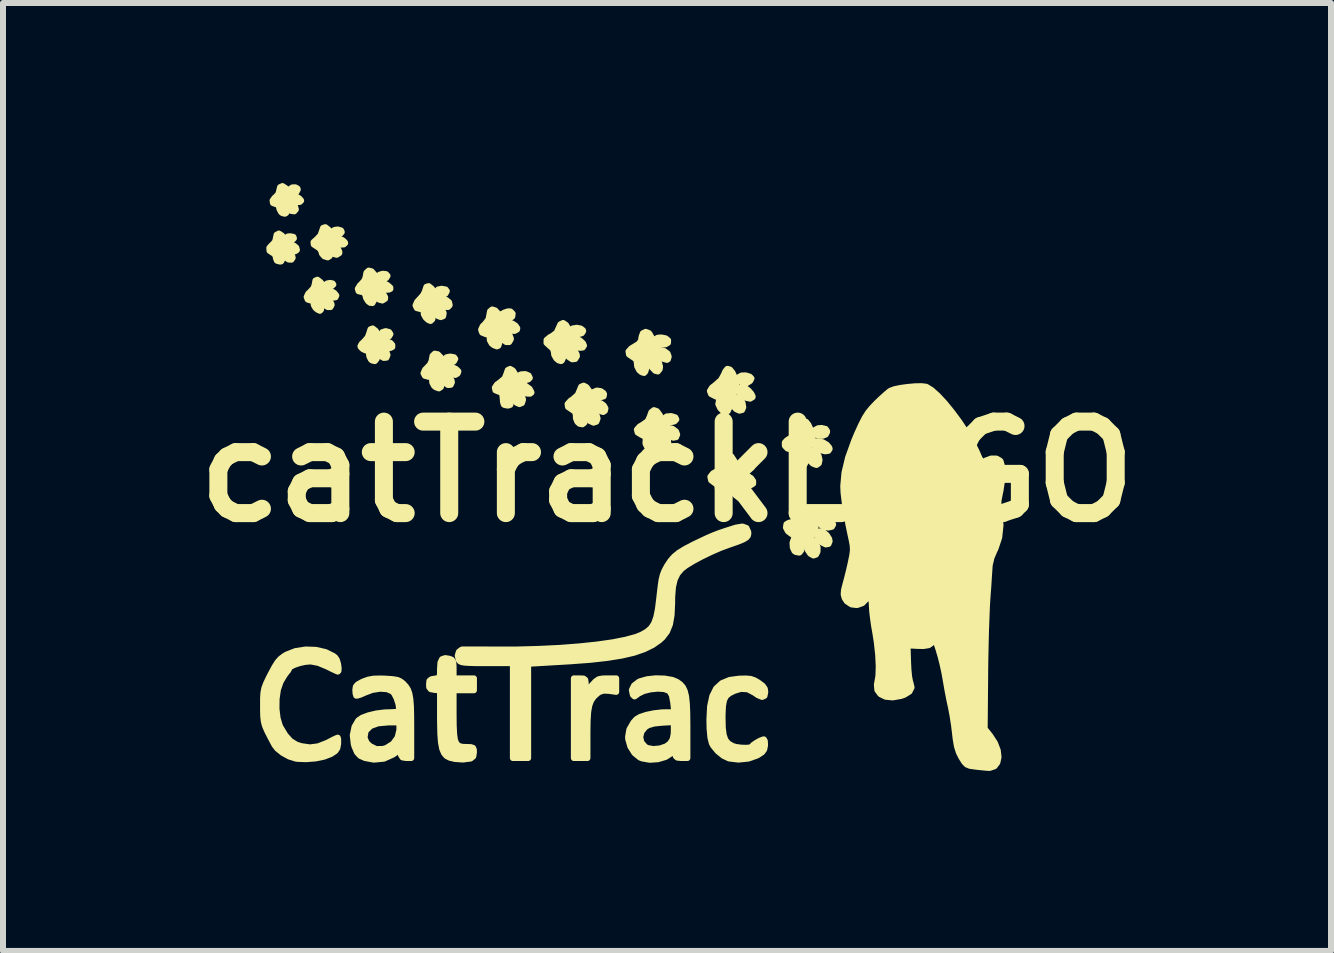
<source format=kicad_pcb>
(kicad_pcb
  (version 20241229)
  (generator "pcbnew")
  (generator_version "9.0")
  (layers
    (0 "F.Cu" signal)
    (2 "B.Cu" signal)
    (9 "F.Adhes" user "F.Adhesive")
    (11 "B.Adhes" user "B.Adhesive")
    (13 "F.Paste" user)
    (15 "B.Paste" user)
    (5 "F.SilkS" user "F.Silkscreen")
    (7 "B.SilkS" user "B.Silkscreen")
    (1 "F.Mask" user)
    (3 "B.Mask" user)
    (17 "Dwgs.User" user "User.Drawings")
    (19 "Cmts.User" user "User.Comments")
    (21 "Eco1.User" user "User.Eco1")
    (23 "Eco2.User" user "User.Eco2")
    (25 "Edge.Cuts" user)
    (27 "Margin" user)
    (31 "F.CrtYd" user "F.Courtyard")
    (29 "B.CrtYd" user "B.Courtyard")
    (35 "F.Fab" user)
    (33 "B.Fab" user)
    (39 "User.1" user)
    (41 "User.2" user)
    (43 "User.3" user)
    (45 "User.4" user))
  (footprint "catTrackLOGO"
    (layer "F.Cu")
    (at 8.063 4.809)
    (property "Reference" "catTrackLOGO" (at 0 0 0) (layer "F.SilkS") (effects (font (size 1.524 1.524) (thickness 0.3))))
    (attr through_hole)
    (fp_poly (pts (xy -6.216 -3.888) (xy -6.251 -3.852) (xy -6.304 -3.843) (xy -6.33 -3.856) (xy -6.349 -3.896) (xy -6.317 -3.919) (xy -6.277 -3.923) (xy -6.224 -3.912) (xy -6.216 -3.888)) (stroke (width 0.1) (type solid)) (fill yes) (layer "F.SilkS"))
    (fp_poly (pts (xy -5.559 -3.119) (xy -5.583 -3.095) (xy -5.633 -3.081) (xy -5.687 -3.083) (xy -5.695 -3.109) (xy -5.664 -3.136) (xy -5.614 -3.146) (xy -5.571 -3.137) (xy -5.559 -3.119)) (stroke (width 0.1) (type solid)) (fill yes) (layer "F.SilkS"))
    (fp_poly (pts (xy -6.237 -3.564) (xy -6.257 -3.533) (xy -6.302 -3.534) (xy -6.344 -3.562) (xy -6.374 -3.612) (xy -6.371 -3.654) (xy -6.342 -3.669) (xy -6.284 -3.645) (xy -6.243 -3.593) (xy -6.237 -3.564)) (stroke (width 0.1) (type solid)) (fill yes) (layer "F.SilkS"))
    (fp_poly (pts (xy -6.152 -4.702) (xy -6.175 -4.658) (xy -6.226 -4.644) (xy -6.264 -4.656) (xy -6.286 -4.693) (xy -6.281 -4.71) (xy -6.242 -4.737) (xy -6.192 -4.738) (xy -6.156 -4.717) (xy -6.152 -4.702)) (stroke (width 0.1) (type solid)) (fill yes) (layer "F.SilkS"))
    (fp_poly (pts (xy -5.419 -3.993) (xy -5.442 -3.964) (xy -5.494 -3.95) (xy -5.548 -3.957) (xy -5.568 -3.969) (xy -5.576 -4.003) (xy -5.54 -4.028) (xy -5.488 -4.036) (xy -5.432 -4.021) (xy -5.419 -3.993)) (stroke (width 0.1) (type solid)) (fill yes) (layer "F.SilkS"))
    (fp_poly (pts (xy -4.657 -3.262) (xy -4.679 -3.227) (xy -4.744 -3.217) (xy -4.807 -3.227) (xy -4.819 -3.253) (xy -4.787 -3.284) (xy -4.734 -3.298) (xy -4.682 -3.292) (xy -4.657 -3.265) (xy -4.657 -3.262)) (stroke (width 0.1) (type solid)) (fill yes) (layer "F.SilkS"))
    (fp_poly (pts (xy -3.669 -3.009) (xy -3.692 -2.965) (xy -3.745 -2.94) (xy -3.801 -2.942) (xy -3.819 -2.954) (xy -3.841 -3) (xy -3.814 -3.036) (xy -3.754 -3.048) (xy -3.688 -3.036) (xy -3.669 -3.009)) (stroke (width 0.1) (type solid)) (fill yes) (layer "F.SilkS"))
    (fp_poly (pts (xy -3.528 -1.88) (xy -3.551 -1.837) (xy -3.604 -1.811) (xy -3.66 -1.813) (xy -3.678 -1.825) (xy -3.7 -1.871) (xy -3.673 -1.907) (xy -3.612 -1.919) (xy -3.547 -1.907) (xy -3.528 -1.88)) (stroke (width 0.1) (type solid)) (fill yes) (layer "F.SilkS"))
    (fp_poly (pts (xy -6.184 -4.369) (xy -6.211 -4.338) (xy -6.266 -4.346) (xy -6.272 -4.349) (xy -6.31 -4.389) (xy -6.322 -4.438) (xy -6.308 -4.475) (xy -6.275 -4.482) (xy -6.222 -4.452) (xy -6.198 -4.425) (xy -6.184 -4.369)) (stroke (width 0.1) (type solid)) (fill yes) (layer "F.SilkS"))
    (fp_poly (pts (xy -6.166 -3.696) (xy -6.172 -3.687) (xy -6.202 -3.671) (xy -6.248 -3.686) (xy -6.272 -3.699) (xy -6.316 -3.739) (xy -6.312 -3.771) (xy -6.269 -3.782) (xy -6.216 -3.767) (xy -6.176 -3.733) (xy -6.166 -3.696)) (stroke (width 0.1) (type solid)) (fill yes) (layer "F.SilkS"))
    (fp_poly (pts (xy -5.588 -2.778) (xy -5.607 -2.743) (xy -5.652 -2.743) (xy -5.695 -2.771) (xy -5.726 -2.827) (xy -5.717 -2.878) (xy -5.703 -2.891) (xy -5.665 -2.887) (xy -5.622 -2.85) (xy -5.592 -2.8) (xy -5.588 -2.778)) (stroke (width 0.1) (type solid)) (fill yes) (layer "F.SilkS"))
    (fp_poly (pts (xy -5.51 -2.937) (xy -5.523 -2.906) (xy -5.571 -2.899) (xy -5.609 -2.909) (xy -5.655 -2.942) (xy -5.672 -2.983) (xy -5.658 -3.014) (xy -5.636 -3.02) (xy -5.585 -3.004) (xy -5.544 -2.979) (xy -5.51 -2.937)) (stroke (width 0.1) (type solid)) (fill yes) (layer "F.SilkS"))
    (fp_poly (pts (xy -4.657 -1.944) (xy -4.675 -1.9) (xy -4.72 -1.896) (xy -4.778 -1.932) (xy -4.782 -1.935) (xy -4.822 -1.994) (xy -4.809 -2.036) (xy -4.783 -2.05) (xy -4.725 -2.047) (xy -4.676 -2.005) (xy -4.657 -1.944)) (stroke (width 0.1) (type solid)) (fill yes) (layer "F.SilkS"))
    (fp_poly (pts (xy -4.577 -2.078) (xy -4.614 -2.06) (xy -4.621 -2.06) (xy -4.684 -2.077) (xy -4.707 -2.094) (xy -4.739 -2.142) (xy -4.72 -2.167) (xy -4.664 -2.168) (xy -4.608 -2.148) (xy -4.577 -2.112) (xy -4.577 -2.078)) (stroke (width 0.1) (type solid)) (fill yes) (layer "F.SilkS"))
    (fp_poly (pts (xy -3.721 -2.64) (xy -3.73 -2.591) (xy -3.77 -2.576) (xy -3.824 -2.597) (xy -3.847 -2.619) (xy -3.888 -2.681) (xy -3.886 -2.723) (xy -3.845 -2.737) (xy -3.765 -2.715) (xy -3.724 -2.653) (xy -3.721 -2.64)) (stroke (width 0.1) (type solid)) (fill yes) (layer "F.SilkS"))
    (fp_poly (pts (xy -2.601 -2.22) (xy -2.602 -2.207) (xy -2.63 -2.16) (xy -2.68 -2.16) (xy -2.738 -2.201) (xy -2.781 -2.264) (xy -2.776 -2.313) (xy -2.732 -2.337) (xy -2.675 -2.323) (xy -2.624 -2.277) (xy -2.601 -2.22)) (stroke (width 0.1) (type solid)) (fill yes) (layer "F.SilkS"))
    (fp_poly (pts (xy -2.399 -1.198) (xy -2.417 -1.144) (xy -2.459 -1.127) (xy -2.509 -1.149) (xy -2.545 -1.2) (xy -2.563 -1.267) (xy -2.548 -1.302) (xy -2.5 -1.317) (xy -2.448 -1.293) (xy -2.409 -1.243) (xy -2.399 -1.198)) (stroke (width 0.1) (type solid)) (fill yes) (layer "F.SilkS"))
    (fp_poly (pts (xy -2.286 -1.563) (xy -2.31 -1.538) (xy -2.364 -1.524) (xy -2.425 -1.526) (xy -2.465 -1.543) (xy -2.482 -1.584) (xy -2.444 -1.617) (xy -2.431 -1.622) (xy -2.36 -1.627) (xy -2.305 -1.603) (xy -2.286 -1.563)) (stroke (width 0.1) (type solid)) (fill yes) (layer "F.SilkS"))
    (fp_poly (pts (xy 0.018 -2.19) (xy 0.016 -2.147) (xy -0.027 -2.122) (xy -0.094 -2.118) (xy -0.157 -2.132) (xy -0.188 -2.16) (xy -0.193 -2.209) (xy -0.156 -2.232) (xy -0.098 -2.237) (xy -0.024 -2.223) (xy 0.018 -2.19)) (stroke (width 0.1) (type solid)) (fill yes) (layer "F.SilkS"))
    (fp_poly (pts (xy 1.418 -0.079) (xy 1.405 -0.061) (xy 1.341 -0.031) (xy 1.265 -0.037) (xy 1.215 -0.069) (xy 1.194 -0.121) (xy 1.223 -0.156) (xy 1.296 -0.169) (xy 1.371 -0.156) (xy 1.415 -0.122) (xy 1.418 -0.079)) (stroke (width 0.1) (type solid)) (fill yes) (layer "F.SilkS"))
    (fp_poly (pts (xy -6.096 -4.515) (xy -6.119 -4.494) (xy -6.174 -4.492) (xy -6.23 -4.506) (xy -6.259 -4.537) (xy -6.263 -4.578) (xy -6.239 -4.6) (xy -6.235 -4.6) (xy -6.181 -4.586) (xy -6.127 -4.554) (xy -6.097 -4.52) (xy -6.096 -4.515)) (stroke (width 0.1) (type solid)) (fill yes) (layer "F.SilkS"))
    (fp_poly (pts (xy -5.459 -3.666) (xy -5.46 -3.642) (xy -5.504 -3.614) (xy -5.561 -3.63) (xy -5.588 -3.654) (xy -5.607 -3.705) (xy -5.599 -3.756) (xy -5.568 -3.782) (xy -5.565 -3.782) (xy -5.524 -3.761) (xy -5.483 -3.715) (xy -5.459 -3.666)) (stroke (width 0.1) (type solid)) (fill yes) (layer "F.SilkS"))
    (fp_poly (pts (xy -4.696 -2.907) (xy -4.698 -2.88) (xy -4.743 -2.852) (xy -4.801 -2.868) (xy -4.82 -2.884) (xy -4.849 -2.935) (xy -4.851 -2.987) (xy -4.827 -3.018) (xy -4.816 -3.02) (xy -4.768 -3.001) (xy -4.723 -2.956) (xy -4.696 -2.907)) (stroke (width 0.1) (type solid)) (fill yes) (layer "F.SilkS"))
    (fp_poly (pts (xy -3.621 -2.778) (xy -3.626 -2.767) (xy -3.649 -2.744) (xy -3.686 -2.745) (xy -3.747 -2.767) (xy -3.798 -2.804) (xy -3.807 -2.846) (xy -3.774 -2.874) (xy -3.743 -2.879) (xy -3.678 -2.862) (xy -3.632 -2.824) (xy -3.621 -2.778)) (stroke (width 0.1) (type solid)) (fill yes) (layer "F.SilkS"))
    (fp_poly (pts (xy -3.584 -1.49) (xy -3.603 -1.448) (xy -3.648 -1.444) (xy -3.706 -1.48) (xy -3.709 -1.484) (xy -3.748 -1.541) (xy -3.746 -1.588) (xy -3.707 -1.609) (xy -3.703 -1.609) (xy -3.631 -1.584) (xy -3.589 -1.522) (xy -3.584 -1.49)) (stroke (width 0.1) (type solid)) (fill yes) (layer "F.SilkS"))
    (fp_poly (pts (xy -2.572 -2.634) (xy -2.578 -2.586) (xy -2.613 -2.557) (xy -2.653 -2.543) (xy -2.68 -2.548) (xy -2.723 -2.579) (xy -2.758 -2.609) (xy -2.748 -2.631) (xy -2.712 -2.651) (xy -2.649 -2.672) (xy -2.608 -2.67) (xy -2.572 -2.634)) (stroke (width 0.1) (type solid)) (fill yes) (layer "F.SilkS"))
    (fp_poly (pts (xy -2.495 -2.391) (xy -2.499 -2.368) (xy -2.543 -2.345) (xy -2.611 -2.352) (xy -2.66 -2.373) (xy -2.704 -2.417) (xy -2.702 -2.46) (xy -2.656 -2.483) (xy -2.641 -2.484) (xy -2.577 -2.469) (xy -2.523 -2.433) (xy -2.495 -2.391)) (stroke (width 0.1) (type solid)) (fill yes) (layer "F.SilkS"))
    (fp_poly (pts (xy -1.397 -2.342) (xy -1.42 -2.307) (xy -1.474 -2.292) (xy -1.535 -2.299) (xy -1.579 -2.327) (xy -1.6 -2.364) (xy -1.575 -2.386) (xy -1.572 -2.387) (xy -1.503 -2.398) (xy -1.438 -2.386) (xy -1.4 -2.356) (xy -1.397 -2.342)) (stroke (width 0.1) (type solid)) (fill yes) (layer "F.SilkS"))
    (fp_poly (pts (xy -1.383 -2.102) (xy -1.405 -2.069) (xy -1.459 -2.064) (xy -1.529 -2.089) (xy -1.531 -2.091) (xy -1.573 -2.137) (xy -1.575 -2.189) (xy -1.551 -2.216) (xy -1.506 -2.216) (xy -1.449 -2.186) (xy -1.4 -2.141) (xy -1.383 -2.102)) (stroke (width 0.1) (type solid)) (fill yes) (layer "F.SilkS"))
    (fp_poly (pts (xy -1.049 -1.291) (xy -1.056 -1.255) (xy -1.102 -1.242) (xy -1.125 -1.242) (xy -1.192 -1.251) (xy -1.229 -1.272) (xy -1.23 -1.317) (xy -1.22 -1.331) (xy -1.168 -1.352) (xy -1.105 -1.343) (xy -1.058 -1.31) (xy -1.049 -1.291)) (stroke (width 0.1) (type solid)) (fill yes) (layer "F.SilkS"))
    (fp_poly (pts (xy -0.116 -1.749) (xy -0.122 -1.709) (xy -0.153 -1.67) (xy -0.196 -1.681) (xy -0.253 -1.74) (xy -0.296 -1.813) (xy -0.291 -1.861) (xy -0.236 -1.885) (xy -0.231 -1.886) (xy -0.176 -1.869) (xy -0.133 -1.817) (xy -0.116 -1.749)) (stroke (width 0.1) (type solid)) (fill yes) (layer "F.SilkS"))
    (fp_poly (pts (xy 0.023 -0.448) (xy 0.00023 -0.388) (xy -0.041 -0.381) (xy -0.097 -0.425) (xy -0.111 -0.441) (xy -0.155 -0.515) (xy -0.15 -0.563) (xy -0.096 -0.587) (xy -0.094 -0.587) (xy -0.027 -0.573) (xy 0.016 -0.519) (xy 0.023 -0.448)) (stroke (width 0.1) (type solid)) (fill yes) (layer "F.SilkS"))
    (fp_poly (pts (xy 0.155 -0.871) (xy 0.125 -0.839) (xy 0.066 -0.824) (xy -0.002 -0.827) (xy -0.042 -0.847) (xy -0.043 -0.848) (xy -0.047 -0.891) (xy -0.006 -0.921) (xy 0.067 -0.927) (xy 0.074 -0.926) (xy 0.139 -0.905) (xy 0.155 -0.871)) (stroke (width 0.1) (type solid)) (fill yes) (layer "F.SilkS"))
    (fp_poly (pts (xy 1.27 -1.074) (xy 1.251 -1.028) (xy 1.206 -1.017) (xy 1.151 -1.042) (xy 1.116 -1.079) (xy 1.076 -1.158) (xy 1.08 -1.215) (xy 1.126 -1.241) (xy 1.142 -1.242) (xy 1.212 -1.217) (xy 1.258 -1.149) (xy 1.27 -1.074)) (stroke (width 0.1) (type solid)) (fill yes) (layer "F.SilkS"))
    (fp_poly (pts (xy 2.667 -0.663) (xy 2.644 -0.619) (xy 2.587 -0.597) (xy 2.519 -0.602) (xy 2.486 -0.618) (xy 2.455 -0.659) (xy 2.47 -0.699) (xy 2.519 -0.725) (xy 2.575 -0.729) (xy 2.642 -0.713) (xy 2.666 -0.678) (xy 2.667 -0.663)) (stroke (width 0.1) (type solid)) (fill yes) (layer "F.SilkS"))
    (fp_poly (pts (xy 2.709 1.157) (xy 2.691 1.203) (xy 2.646 1.212) (xy 2.588 1.184) (xy 2.541 1.138) (xy 2.497 1.063) (xy 2.504 1.014) (xy 2.548 0.993) (xy 2.604 1.007) (xy 2.661 1.055) (xy 2.701 1.118) (xy 2.709 1.157)) (stroke (width 0.1) (type solid)) (fill yes) (layer "F.SilkS"))
    (fp_poly (pts (xy 2.768 0.879) (xy 2.747 0.917) (xy 2.687 0.931) (xy 2.616 0.92) (xy 2.574 0.897) (xy 2.538 0.839) (xy 2.549 0.795) (xy 2.597 0.775) (xy 2.673 0.787) (xy 2.683 0.791) (xy 2.746 0.833) (xy 2.768 0.879)) (stroke (width 0.1) (type solid)) (fill yes) (layer "F.SilkS"))
    (fp_poly (pts (xy -4.608 -2.293) (xy -4.63 -2.256) (xy -4.632 -2.255) (xy -4.674 -2.233) (xy -4.685 -2.23) (xy -4.718 -2.244) (xy -4.738 -2.255) (xy -4.762 -2.291) (xy -4.742 -2.326) (xy -4.688 -2.342) (xy -4.685 -2.342) (xy -4.63 -2.327) (xy -4.608 -2.293)) (stroke (width 0.1) (type solid)) (fill yes) (layer "F.SilkS"))
    (fp_poly (pts (xy -2.258 -1.319) (xy -2.28 -1.3) (xy -2.331 -1.302) (xy -2.39 -1.323) (xy -2.412 -1.336) (xy -2.449 -1.388) (xy -2.446 -1.422) (xy -2.424 -1.454) (xy -2.384 -1.446) (xy -2.364 -1.436) (xy -2.289 -1.381) (xy -2.258 -1.323) (xy -2.258 -1.319)) (stroke (width 0.1) (type solid)) (fill yes) (layer "F.SilkS"))
    (fp_poly (pts (xy -1.501 -1.925) (xy -1.53 -1.878) (xy -1.58 -1.873) (xy -1.635 -1.909) (xy -1.652 -1.931) (xy -1.681 -2) (xy -1.679 -2.058) (xy -1.648 -2.087) (xy -1.638 -2.088) (xy -1.589 -2.066) (xy -1.538 -2.014) (xy -1.505 -1.955) (xy -1.501 -1.925)) (stroke (width 0.1) (type solid)) (fill yes) (layer "F.SilkS"))
    (fp_poly (pts (xy -1.157 -0.887) (xy -1.177 -0.833) (xy -1.225 -0.817) (xy -1.283 -0.844) (xy -1.293 -0.852) (xy -1.319 -0.904) (xy -1.326 -0.969) (xy -1.311 -1.02) (xy -1.303 -1.027) (xy -1.259 -1.026) (xy -1.209 -0.989) (xy -1.17 -0.935) (xy -1.157 -0.887)) (stroke (width 0.1) (type solid)) (fill yes) (layer "F.SilkS"))
    (fp_poly (pts (xy 1.407 -1.554) (xy 1.387 -1.515) (xy 1.385 -1.512) (xy 1.321 -1.472) (xy 1.252 -1.479) (xy 1.215 -1.509) (xy 1.194 -1.557) (xy 1.199 -1.579) (xy 1.242 -1.603) (xy 1.31 -1.605) (xy 1.376 -1.585) (xy 1.381 -1.582) (xy 1.407 -1.554)) (stroke (width 0.1) (type solid)) (fill yes) (layer "F.SilkS"))
    (fp_poly (pts (xy 1.435 0.199) (xy 1.396 0.224) (xy 1.375 0.226) (xy 1.304 0.205) (xy 1.257 0.17) (xy 1.225 0.114) (xy 1.224 0.071) (xy 1.242 0.045) (xy 1.278 0.045) (xy 1.333 0.065) (xy 1.4 0.106) (xy 1.435 0.156) (xy 1.435 0.199)) (stroke (width 0.1) (type solid)) (fill yes) (layer "F.SilkS"))
    (fp_poly (pts (xy 2.541 -0.197) (xy 2.53 -0.141) (xy 2.493 -0.113) (xy 2.485 -0.113) (xy 2.429 -0.135) (xy 2.386 -0.176) (xy 2.35 -0.253) (xy 2.35 -0.317) (xy 2.379 -0.355) (xy 2.43 -0.358) (xy 2.485 -0.324) (xy 2.526 -0.264) (xy 2.541 -0.197)) (stroke (width 0.1) (type solid)) (fill yes) (layer "F.SilkS"))
    (fp_poly (pts (xy 2.709 -0.379) (xy 2.687 -0.347) (xy 2.632 -0.34) (xy 2.563 -0.358) (xy 2.518 -0.383) (xy 2.467 -0.435) (xy 2.46 -0.48) (xy 2.496 -0.506) (xy 2.52 -0.508) (xy 2.594 -0.491) (xy 2.662 -0.451) (xy 2.704 -0.401) (xy 2.709 -0.379)) (stroke (width 0.1) (type solid)) (fill yes) (layer "F.SilkS"))
    (fp_poly (pts (xy 1.427 -1.254) (xy 1.425 -1.242) (xy 1.384 -1.217) (xy 1.311 -1.233) (xy 1.279 -1.247) (xy 1.22 -1.292) (xy 1.194 -1.345) (xy 1.204 -1.39) (xy 1.251 -1.411) (xy 1.259 -1.411) (xy 1.306 -1.393) (xy 1.361 -1.35) (xy 1.406 -1.298) (xy 1.427 -1.254)) (stroke (width 0.1) (type solid)) (fill yes) (layer "F.SilkS"))
    (fp_poly (pts (xy 1.291 0.403) (xy 1.262 0.445) (xy 1.211 0.444) (xy 1.147 0.396) (xy 1.131 0.377) (xy 1.087 0.317) (xy 1.076 0.278) (xy 1.092 0.239) (xy 1.099 0.227) (xy 1.141 0.205) (xy 1.197 0.218) (xy 1.252 0.26) (xy 1.286 0.32) (xy 1.286 0.322) (xy 1.291 0.403)) (stroke (width 0.1) (type solid)) (fill yes) (layer "F.SilkS"))
    (fp_poly (pts (xy 2.509 1.263) (xy 2.507 1.333) (xy 2.482 1.381) (xy 2.44 1.396) (xy 2.386 1.366) (xy 2.386 1.366) (xy 2.343 1.302) (xy 2.32 1.226) (xy 2.324 1.164) (xy 2.327 1.159) (xy 2.372 1.131) (xy 2.432 1.139) (xy 2.48 1.178) (xy 2.483 1.183) (xy 2.509 1.263)) (stroke (width 0.1) (type solid)) (fill yes) (layer "F.SilkS"))
    (fp_poly (pts (xy -6.352 -3.755) (xy -6.38 -3.693) (xy -6.411 -3.673) (xy -6.45 -3.648) (xy -6.439 -3.63) (xy -6.412 -3.59) (xy -6.409 -3.54) (xy -6.429 -3.504) (xy -6.444 -3.5) (xy -6.492 -3.512) (xy -6.501 -3.518) (xy -6.517 -3.56) (xy -6.519 -3.586) (xy -6.543 -3.631) (xy -6.576 -3.649) (xy -6.623 -3.681) (xy -6.626 -3.73) (xy -6.584 -3.777) (xy -6.576 -3.782) (xy -6.53 -3.834) (xy -6.519 -3.88) (xy -6.505 -3.948) (xy -6.467 -3.968) (xy -6.415 -3.935) (xy -6.403 -3.92) (xy -6.36 -3.836) (xy -6.352 -3.755)) (stroke (width 0.1) (type solid)) (fill yes) (layer "F.SilkS"))
    (fp_poly (pts (xy -6.3 -4.55) (xy -6.338 -4.489) (xy -6.347 -4.483) (xy -6.383 -4.452) (xy -6.371 -4.421) (xy -6.36 -4.409) (xy -6.33 -4.355) (xy -6.346 -4.31) (xy -6.367 -4.298) (xy -6.408 -4.308) (xy -6.429 -4.323) (xy -6.459 -4.38) (xy -6.463 -4.408) (xy -6.485 -4.451) (xy -6.519 -4.459) (xy -6.565 -4.476) (xy -6.572 -4.517) (xy -6.538 -4.565) (xy -6.519 -4.579) (xy -6.474 -4.631) (xy -6.463 -4.676) (xy -6.447 -4.741) (xy -6.407 -4.759) (xy -6.354 -4.725) (xy -6.345 -4.714) (xy -6.302 -4.631) (xy -6.3 -4.55)) (stroke (width 0.1) (type solid)) (fill yes) (layer "F.SilkS"))
    (fp_poly (pts (xy -5.709 -2.966) (xy -5.755 -2.9) (xy -5.759 -2.897) (xy -5.796 -2.859) (xy -5.788 -2.838) (xy -5.766 -2.802) (xy -5.758 -2.747) (xy -5.765 -2.698) (xy -5.784 -2.681) (xy -5.822 -2.699) (xy -5.856 -2.727) (xy -5.886 -2.778) (xy -5.887 -2.812) (xy -5.895 -2.844) (xy -5.928 -2.85) (xy -5.987 -2.868) (xy -6.004 -2.912) (xy -5.978 -2.968) (xy -5.945 -2.998) (xy -5.888 -3.061) (xy -5.87 -3.119) (xy -5.858 -3.185) (xy -5.825 -3.199) (xy -5.775 -3.161) (xy -5.76 -3.143) (xy -5.71 -3.051) (xy -5.709 -2.966)) (stroke (width 0.1) (type solid)) (fill yes) (layer "F.SilkS"))
    (fp_poly (pts (xy -3.852 -2.826) (xy -3.893 -2.763) (xy -3.912 -2.752) (xy -3.952 -2.725) (xy -3.949 -2.692) (xy -3.93 -2.66) (xy -3.906 -2.597) (xy -3.909 -2.541) (xy -3.939 -2.512) (xy -3.946 -2.512) (xy -3.982 -2.531) (xy -4.021 -2.567) (xy -4.053 -2.624) (xy -4.054 -2.666) (xy -4.057 -2.7) (xy -4.104 -2.709) (xy -4.169 -2.726) (xy -4.19 -2.77) (xy -4.165 -2.83) (xy -4.123 -2.876) (xy -4.065 -2.941) (xy -4.032 -3.007) (xy -4.03 -3.018) (xy -4.009 -3.081) (xy -3.971 -3.092) (xy -3.921 -3.052) (xy -3.895 -3.015) (xy -3.852 -2.914) (xy -3.852 -2.826)) (stroke (width 0.1) (type solid)) (fill yes) (layer "F.SilkS"))
    (fp_poly (pts (xy -1.615 -2.267) (xy -1.617 -2.172) (xy -1.655 -2.111) (xy -1.727 -2.088) (xy -1.727 -2.088) (xy -1.772 -2.075) (xy -1.768 -2.037) (xy -1.747 -2.013) (xy -1.727 -1.964) (xy -1.73 -1.901) (xy -1.752 -1.852) (xy -1.766 -1.843) (xy -1.805 -1.854) (xy -1.846 -1.888) (xy -1.88 -1.948) (xy -1.885 -1.995) (xy -1.901 -2.05) (xy -1.953 -2.095) (xy -2.008 -2.146) (xy -2.007 -2.196) (xy -1.95 -2.243) (xy -1.917 -2.259) (xy -1.84 -2.317) (xy -1.811 -2.381) (xy -1.777 -2.456) (xy -1.731 -2.478) (xy -1.683 -2.446) (xy -1.65 -2.388) (xy -1.615 -2.267)) (stroke (width 0.1) (type solid)) (fill yes) (layer "F.SilkS"))
    (fp_poly (pts (xy -4.777 -2.118) (xy -4.826 -2.062) (xy -4.84 -2.055) (xy -4.886 -2.029) (xy -4.885 -2.007) (xy -4.865 -1.991) (xy -4.834 -1.943) (xy -4.834 -1.886) (xy -4.864 -1.846) (xy -4.869 -1.843) (xy -4.912 -1.852) (xy -4.933 -1.868) (xy -4.96 -1.922) (xy -4.967 -1.972) (xy -4.973 -2.017) (xy -4.985 -2.024) (xy -5.021 -2.02) (xy -5.07 -2.044) (xy -5.104 -2.078) (xy -5.108 -2.092) (xy -5.088 -2.13) (xy -5.039 -2.177) (xy -4.986 -2.24) (xy -4.962 -2.306) (xy -4.941 -2.373) (xy -4.904 -2.387) (xy -4.855 -2.349) (xy -4.827 -2.309) (xy -4.778 -2.201) (xy -4.777 -2.118)) (stroke (width 0.1) (type solid)) (fill yes) (layer "F.SilkS"))
    (fp_poly (pts (xy -2.749 -2.476) (xy -2.758 -2.391) (xy -2.804 -2.336) (xy -2.824 -2.328) (xy -2.864 -2.309) (xy -2.857 -2.282) (xy -2.838 -2.26) (xy -2.805 -2.202) (xy -2.795 -2.141) (xy -2.811 -2.098) (xy -2.834 -2.088) (xy -2.885 -2.107) (xy -2.921 -2.135) (xy -2.953 -2.192) (xy -2.954 -2.232) (xy -2.959 -2.272) (xy -3.008 -2.291) (xy -3.016 -2.291) (xy -3.08 -2.317) (xy -3.098 -2.366) (xy -3.07 -2.427) (xy -3.036 -2.459) (xy -2.975 -2.537) (xy -2.963 -2.597) (xy -2.949 -2.673) (xy -2.913 -2.703) (xy -2.863 -2.688) (xy -2.808 -2.629) (xy -2.78 -2.578) (xy -2.749 -2.476)) (stroke (width 0.1) (type solid)) (fill yes) (layer "F.SilkS"))
    (fp_poly (pts (xy -2.492 -1.483) (xy -2.504 -1.396) (xy -2.546 -1.341) (xy -2.596 -1.326) (xy -2.644 -1.312) (xy -2.648 -1.279) (xy -2.625 -1.256) (xy -2.603 -1.217) (xy -2.596 -1.17) (xy -2.611 -1.114) (xy -2.648 -1.101) (xy -2.702 -1.11) (xy -2.719 -1.119) (xy -2.732 -1.158) (xy -2.738 -1.227) (xy -2.738 -1.23) (xy -2.746 -1.297) (xy -2.777 -1.326) (xy -2.801 -1.332) (xy -2.859 -1.356) (xy -2.869 -1.4) (xy -2.834 -1.453) (xy -2.783 -1.49) (xy -2.706 -1.554) (xy -2.676 -1.628) (xy -2.654 -1.694) (xy -2.615 -1.713) (xy -2.568 -1.687) (xy -2.524 -1.618) (xy -2.513 -1.59) (xy -2.492 -1.483)) (stroke (width 0.1) (type solid)) (fill yes) (layer "F.SilkS"))
    (fp_poly (pts (xy -0.847 3.668) (xy -0.967 3.651) (xy -1.059 3.647) (xy -1.127 3.67) (xy -1.161 3.694) (xy -1.221 3.749) (xy -1.265 3.813) (xy -1.295 3.894) (xy -1.314 4.002) (xy -1.323 4.147) (xy -1.326 4.338) (xy -1.326 4.358) (xy -1.326 4.77) (xy -1.439 4.77) (xy -1.552 4.77) (xy -1.552 4.106) (xy -1.552 3.443) (xy -1.453 3.443) (xy -1.391 3.446) (xy -1.363 3.466) (xy -1.355 3.519) (xy -1.355 3.561) (xy -1.355 3.679) (xy -1.254 3.561) (xy -1.191 3.493) (xy -1.139 3.457) (xy -1.073 3.445) (xy -1 3.443) (xy -0.847 3.443) (xy -0.847 3.555) (xy -0.847 3.668)) (stroke (width 0.1) (type solid)) (fill yes) (layer "F.SilkS"))
    (fp_poly (pts (xy 1.151 -1.425) (xy 1.138 -1.345) (xy 1.103 -1.297) (xy 1.051 -1.266) (xy 0.994 -1.234) (xy 0.981 -1.21) (xy 1.003 -1.184) (xy 1.034 -1.132) (xy 1.036 -1.066) (xy 1.013 -1.012) (xy 0.983 -0.993) (xy 0.934 -1.009) (xy 0.886 -1.059) (xy 0.854 -1.127) (xy 0.864 -1.179) (xy 0.866 -1.181) (xy 0.877 -1.216) (xy 0.847 -1.241) (xy 0.808 -1.256) (xy 0.733 -1.295) (xy 0.714 -1.345) (xy 0.749 -1.402) (xy 0.806 -1.446) (xy 0.898 -1.528) (xy 0.942 -1.607) (xy 0.972 -1.674) (xy 1.004 -1.713) (xy 1.008 -1.714) (xy 1.049 -1.702) (xy 1.092 -1.649) (xy 1.127 -1.57) (xy 1.148 -1.483) (xy 1.151 -1.425)) (stroke (width 0.1) (type solid)) (fill yes) (layer "F.SilkS"))
    (fp_poly (pts (xy 1.181 0.038) (xy 1.156 0.113) (xy 1.141 0.135) (xy 1.073 0.187) (xy 1.008 0.198) (xy 0.919 0.198) (xy 0.983 0.243) (xy 1.031 0.296) (xy 1.039 0.374) (xy 1.039 0.376) (xy 1.015 0.45) (xy 0.971 0.474) (xy 0.916 0.447) (xy 0.888 0.412) (xy 0.859 0.34) (xy 0.86 0.286) (xy 0.859 0.238) (xy 0.813 0.2) (xy 0.799 0.192) (xy 0.734 0.142) (xy 0.722 0.084) (xy 0.764 0.029) (xy 0.81 0.003) (xy 0.883 -0.047) (xy 0.929 -0.13) (xy 0.937 -0.152) (xy 0.978 -0.243) (xy 1.023 -0.277) (xy 1.072 -0.255) (xy 1.123 -0.177) (xy 1.129 -0.164) (xy 1.172 -0.049) (xy 1.181 0.038)) (stroke (width 0.1) (type solid)) (fill yes) (layer "F.SilkS"))
    (fp_poly (pts (xy 2.427 -0.542) (xy 2.403 -0.453) (xy 2.341 -0.389) (xy 2.262 -0.367) (xy 2.2 -0.367) (xy 2.26 -0.285) (xy 2.299 -0.208) (xy 2.302 -0.142) (xy 2.277 -0.099) (xy 2.23 -0.089) (xy 2.168 -0.122) (xy 2.158 -0.132) (xy 2.124 -0.197) (xy 2.126 -0.273) (xy 2.132 -0.337) (xy 2.115 -0.363) (xy 2.076 -0.367) (xy 2.006 -0.386) (xy 1.963 -0.432) (xy 1.962 -0.486) (xy 1.997 -0.524) (xy 2.061 -0.566) (xy 2.076 -0.574) (xy 2.156 -0.629) (xy 2.191 -0.705) (xy 2.221 -0.785) (xy 2.265 -0.832) (xy 2.312 -0.834) (xy 2.316 -0.832) (xy 2.355 -0.784) (xy 2.392 -0.704) (xy 2.419 -0.611) (xy 2.427 -0.542)) (stroke (width 0.1) (type solid)) (fill yes) (layer "F.SilkS"))
    (fp_poly (pts (xy -5.362 -3.809) (xy -5.385 -3.787) (xy -5.437 -3.783) (xy -5.494 -3.795) (xy -5.524 -3.814) (xy -5.561 -3.828) (xy -5.602 -3.8) (xy -5.651 -3.763) (xy -5.679 -3.754) (xy -5.686 -3.737) (xy -5.663 -3.702) (xy -5.623 -3.639) (xy -5.621 -3.591) (xy -5.653 -3.571) (xy -5.709 -3.588) (xy -5.75 -3.634) (xy -5.757 -3.666) (xy -5.781 -3.714) (xy -5.828 -3.748) (xy -5.886 -3.786) (xy -5.89 -3.824) (xy -5.839 -3.87) (xy -5.83 -3.877) (xy -5.773 -3.94) (xy -5.752 -4) (xy -5.731 -4.062) (xy -5.693 -4.074) (xy -5.643 -4.036) (xy -5.603 -3.977) (xy -5.56 -3.916) (xy -5.522 -3.887) (xy -5.512 -3.887) (xy -5.462 -3.884) (xy -5.405 -3.858) (xy -5.367 -3.823) (xy -5.362 -3.809)) (stroke (width 0.1) (type solid)) (fill yes) (layer "F.SilkS"))
    (fp_poly (pts (xy -4.609 -3.046) (xy -4.636 -3.033) (xy -4.696 -3.032) (xy -4.749 -3.053) (xy -4.798 -3.076) (xy -4.838 -3.064) (xy -4.877 -3.031) (xy -4.917 -2.98) (xy -4.912 -2.95) (xy -4.887 -2.908) (xy -4.886 -2.85) (xy -4.908 -2.81) (xy -4.946 -2.814) (xy -4.979 -2.838) (xy -5.016 -2.898) (xy -5.024 -2.937) (xy -5.045 -2.983) (xy -5.078 -2.992) (xy -5.139 -3.007) (xy -5.152 -3.047) (xy -5.118 -3.104) (xy -5.099 -3.122) (xy -5.047 -3.179) (xy -5.023 -3.233) (xy -5.023 -3.237) (xy -5.008 -3.317) (xy -4.97 -3.351) (xy -4.922 -3.339) (xy -4.873 -3.283) (xy -4.851 -3.233) (xy -4.817 -3.165) (xy -4.781 -3.145) (xy -4.768 -3.147) (xy -4.714 -3.141) (xy -4.654 -3.107) (xy -4.61 -3.068) (xy -4.609 -3.046)) (stroke (width 0.1) (type solid)) (fill yes) (layer "F.SilkS"))
    (fp_poly (pts (xy 2.484 0.838) (xy 2.468 0.969) (xy 2.423 1.054) (xy 2.349 1.092) (xy 2.28 1.09) (xy 2.224 1.082) (xy 2.214 1.093) (xy 2.228 1.113) (xy 2.25 1.169) (xy 2.253 1.242) (xy 2.237 1.308) (xy 2.207 1.346) (xy 2.201 1.348) (xy 2.145 1.337) (xy 2.123 1.322) (xy 2.095 1.261) (xy 2.091 1.182) (xy 2.114 1.116) (xy 2.121 1.108) (xy 2.132 1.078) (xy 2.095 1.049) (xy 2.079 1.041) (xy 2.014 0.993) (xy 1.981 0.93) (xy 1.989 0.875) (xy 2.026 0.853) (xy 2.097 0.833) (xy 2.121 0.829) (xy 2.203 0.806) (xy 2.254 0.762) (xy 2.279 0.717) (xy 2.333 0.633) (xy 2.386 0.603) (xy 2.432 0.622) (xy 2.466 0.689) (xy 2.483 0.799) (xy 2.484 0.838)) (stroke (width 0.1) (type solid)) (fill yes) (layer "F.SilkS"))
    (fp_poly (pts (xy -3.476 -1.673) (xy -3.485 -1.641) (xy -3.494 -1.632) (xy -3.528 -1.612) (xy -3.575 -1.623) (xy -3.619 -1.646) (xy -3.679 -1.677) (xy -3.711 -1.678) (xy -3.732 -1.653) (xy -3.774 -1.615) (xy -3.798 -1.609) (xy -3.823 -1.602) (xy -3.814 -1.572) (xy -3.793 -1.538) (xy -3.762 -1.465) (xy -3.767 -1.411) (xy -3.801 -1.388) (xy -3.854 -1.407) (xy -3.881 -1.429) (xy -3.912 -1.487) (xy -3.914 -1.528) (xy -3.916 -1.568) (xy -3.96 -1.58) (xy -3.969 -1.58) (xy -4.035 -1.598) (xy -4.057 -1.641) (xy -4.033 -1.699) (xy -3.998 -1.734) (xy -3.946 -1.791) (xy -3.923 -1.847) (xy -3.922 -1.85) (xy -3.907 -1.932) (xy -3.87 -1.967) (xy -3.819 -1.957) (xy -3.764 -1.901) (xy -3.731 -1.842) (xy -3.689 -1.769) (xy -3.645 -1.743) (xy -3.626 -1.744) (xy -3.56 -1.734) (xy -3.513 -1.71) (xy -3.476 -1.673)) (stroke (width 0.1) (type solid)) (fill yes) (layer "F.SilkS"))
    (fp_poly (pts (xy -1.026 -1.056) (xy -1.035 -1.014) (xy -1.064 -0.995) (xy -1.102 -1.006) (xy -1.162 -1.044) (xy -1.182 -1.06) (xy -1.236 -1.098) (xy -1.267 -1.108) (xy -1.27 -1.102) (xy -1.294 -1.071) (xy -1.351 -1.041) (xy -1.354 -1.04) (xy -1.41 -1.017) (xy -1.42 -0.991) (xy -1.393 -0.943) (xy -1.366 -0.873) (xy -1.375 -0.818) (xy -1.409 -0.79) (xy -1.459 -0.799) (xy -1.494 -0.831) (xy -1.518 -0.89) (xy -1.519 -0.937) (xy -1.528 -0.993) (xy -1.581 -1.033) (xy -1.587 -1.036) (xy -1.65 -1.079) (xy -1.657 -1.128) (xy -1.608 -1.183) (xy -1.571 -1.207) (xy -1.488 -1.281) (xy -1.458 -1.351) (xy -1.431 -1.417) (xy -1.389 -1.434) (xy -1.341 -1.409) (xy -1.295 -1.344) (xy -1.257 -1.245) (xy -1.255 -1.235) (xy -1.225 -1.174) (xy -1.17 -1.157) (xy -1.103 -1.141) (xy -1.052 -1.103) (xy -1.026 -1.056)) (stroke (width 0.1) (type solid)) (fill yes) (layer "F.SilkS"))
    (fp_poly (pts (xy 0.169 -0.62) (xy 0.151 -0.575) (xy 0.103 -0.567) (xy 0.04 -0.595) (xy -0.001 -0.631) (xy -0.047 -0.674) (xy -0.078 -0.678) (xy -0.115 -0.647) (xy -0.117 -0.645) (xy -0.174 -0.605) (xy -0.215 -0.593) (xy -0.245 -0.585) (xy -0.228 -0.553) (xy -0.227 -0.552) (xy -0.206 -0.498) (xy -0.204 -0.429) (xy -0.22 -0.37) (xy -0.242 -0.347) (xy -0.281 -0.358) (xy -0.323 -0.393) (xy -0.36 -0.47) (xy -0.357 -0.515) (xy -0.355 -0.566) (xy -0.391 -0.599) (xy -0.424 -0.613) (xy -0.49 -0.653) (xy -0.502 -0.702) (xy -0.459 -0.752) (xy -0.407 -0.783) (xy -0.324 -0.841) (xy -0.291 -0.909) (xy -0.261 -0.993) (xy -0.218 -1.026) (xy -0.169 -1.009) (xy -0.12 -0.944) (xy -0.081 -0.845) (xy -0.047 -0.766) (xy -0.005 -0.735) (xy 0.006 -0.734) (xy 0.09 -0.716) (xy 0.15 -0.671) (xy 0.169 -0.62)) (stroke (width 0.1) (type solid)) (fill yes) (layer "F.SilkS"))
    (fp_poly (pts (xy 0.028 -1.918) (xy 0.015 -1.873) (xy -0.002 -1.863) (xy -0.065 -1.881) (xy -0.134 -1.923) (xy -0.179 -1.968) (xy -0.203 -1.99) (xy -0.236 -1.972) (xy -0.258 -1.95) (xy -0.313 -1.906) (xy -0.357 -1.891) (xy -0.386 -1.883) (xy -0.369 -1.851) (xy -0.368 -1.85) (xy -0.347 -1.796) (xy -0.345 -1.727) (xy -0.361 -1.668) (xy -0.383 -1.645) (xy -0.423 -1.657) (xy -0.463 -1.69) (xy -0.498 -1.757) (xy -0.503 -1.811) (xy -0.512 -1.868) (xy -0.564 -1.907) (xy -0.572 -1.911) (xy -0.634 -1.954) (xy -0.642 -2.004) (xy -0.594 -2.056) (xy -0.557 -2.078) (xy -0.475 -2.128) (xy -0.435 -2.179) (xy -0.424 -2.248) (xy -0.424 -2.248) (xy -0.403 -2.307) (xy -0.356 -2.33) (xy -0.303 -2.311) (xy -0.289 -2.295) (xy -0.257 -2.235) (xy -0.225 -2.152) (xy -0.22 -2.138) (xy -0.186 -2.061) (xy -0.142 -2.032) (xy -0.135 -2.032) (xy -0.051 -2.014) (xy 0.009 -1.97) (xy 0.028 -1.918)) (stroke (width 0.1) (type solid)) (fill yes) (layer "F.SilkS"))
    (fp_poly (pts (xy -3.217 4.675) (xy -3.228 4.743) (xy -3.268 4.776) (xy -3.281 4.78) (xy -3.4 4.795) (xy -3.532 4.786) (xy -3.62 4.765) (xy -3.675 4.736) (xy -3.716 4.688) (xy -3.746 4.616) (xy -3.766 4.512) (xy -3.777 4.369) (xy -3.781 4.179) (xy -3.782 4.091) (xy -3.782 3.644) (xy -3.873 3.635) (xy -3.937 3.623) (xy -3.962 3.59) (xy -3.965 3.542) (xy -3.958 3.483) (xy -3.925 3.457) (xy -3.873 3.448) (xy -3.821 3.441) (xy -3.794 3.421) (xy -3.783 3.376) (xy -3.782 3.288) (xy -3.782 3.285) (xy -3.775 3.18) (xy -3.748 3.123) (xy -3.696 3.105) (xy -3.626 3.116) (xy -3.586 3.132) (xy -3.565 3.162) (xy -3.557 3.223) (xy -3.556 3.288) (xy -3.556 3.443) (xy -3.387 3.443) (xy -3.217 3.443) (xy -3.217 3.542) (xy -3.217 3.641) (xy -3.387 3.641) (xy -3.556 3.641) (xy -3.556 4.043) (xy -3.554 4.231) (xy -3.547 4.37) (xy -3.534 4.468) (xy -3.509 4.531) (xy -3.472 4.566) (xy -3.419 4.583) (xy -3.35 4.586) (xy -3.27 4.588) (xy -3.231 4.601) (xy -3.218 4.635) (xy -3.217 4.675)) (stroke (width 0.1) (type solid)) (fill yes) (layer "F.SilkS"))
    (fp_poly (pts (xy 1.637 3.669) (xy 1.624 3.734) (xy 1.584 3.752) (xy 1.514 3.723) (xy 1.456 3.683) (xy 1.346 3.625) (xy 1.23 3.618) (xy 1.121 3.651) (xy 1.04 3.691) (xy 0.985 3.737) (xy 0.951 3.801) (xy 0.933 3.895) (xy 0.926 4.028) (xy 0.925 4.1) (xy 0.929 4.265) (xy 0.944 4.385) (xy 0.972 4.468) (xy 1.018 4.525) (xy 1.086 4.566) (xy 1.088 4.568) (xy 1.15 4.586) (xy 1.232 4.597) (xy 1.315 4.6) (xy 1.38 4.595) (xy 1.411 4.581) (xy 1.411 4.579) (xy 1.434 4.553) (xy 1.487 4.516) (xy 1.55 4.481) (xy 1.602 4.461) (xy 1.613 4.459) (xy 1.629 4.484) (xy 1.633 4.545) (xy 1.632 4.561) (xy 1.619 4.627) (xy 1.586 4.673) (xy 1.519 4.718) (xy 1.496 4.73) (xy 1.353 4.78) (xy 1.189 4.796) (xy 1.031 4.777) (xy 0.939 4.733) (xy 0.845 4.657) (xy 0.77 4.566) (xy 0.746 4.522) (xy 0.722 4.425) (xy 0.709 4.277) (xy 0.706 4.131) (xy 0.717 3.911) (xy 0.754 3.739) (xy 0.818 3.611) (xy 0.914 3.523) (xy 1.044 3.469) (xy 1.201 3.448) (xy 1.314 3.445) (xy 1.392 3.452) (xy 1.456 3.474) (xy 1.52 3.511) (xy 1.594 3.566) (xy 1.629 3.616) (xy 1.637 3.669)) (stroke (width 0.1) (type solid)) (fill yes) (layer "F.SilkS"))
    (fp_poly (pts (xy 0.339 4.77) (xy 0.24 4.77) (xy 0.173 4.764) (xy 0.146 4.741) (xy 0.141 4.695) (xy 0.141 4.621) (xy 0.113 4.649) (xy 0.113 4.313) (xy 0.113 4.171) (xy -0.084 4.182) (xy -0.219 4.196) (xy -0.313 4.224) (xy -0.359 4.251) (xy -0.424 4.329) (xy -0.447 4.42) (xy -0.427 4.51) (xy -0.366 4.581) (xy -0.33 4.602) (xy -0.23 4.621) (xy -0.115 4.61) (xy -0.011 4.574) (xy 0.049 4.528) (xy 0.093 4.459) (xy 0.111 4.369) (xy 0.113 4.313) (xy 0.113 4.649) (xy 0.07 4.692) (xy -0.026 4.753) (xy -0.152 4.79) (xy -0.288 4.799) (xy -0.413 4.777) (xy -0.451 4.762) (xy -0.543 4.687) (xy -0.612 4.577) (xy -0.647 4.453) (xy -0.649 4.419) (xy -0.628 4.295) (xy -0.561 4.179) (xy -0.509 4.121) (xy -0.445 4.084) (xy -0.342 4.05) (xy -0.215 4.024) (xy -0.082 4.009) (xy -0.022 4.008) (xy 0.121 4.008) (xy 0.104 3.85) (xy 0.081 3.726) (xy 0.042 3.657) (xy 0.037 3.653) (xy -0.042 3.622) (xy -0.152 3.614) (xy -0.276 3.626) (xy -0.392 3.655) (xy -0.484 3.701) (xy -0.505 3.719) (xy -0.541 3.744) (xy -0.566 3.721) (xy -0.57 3.715) (xy -0.586 3.637) (xy -0.55 3.562) (xy -0.469 3.5) (xy -0.45 3.491) (xy -0.33 3.457) (xy -0.188 3.442) (xy -0.043 3.446) (xy 0.086 3.468) (xy 0.164 3.5) (xy 0.221 3.541) (xy 0.264 3.589) (xy 0.295 3.653) (xy 0.317 3.741) (xy 0.33 3.86) (xy 0.337 4.019) (xy 0.339 4.225) (xy 0.339 4.261) (xy 0.339 4.77)) (stroke (width 0.1) (type solid)) (fill yes) (layer "F.SilkS"))
    (fp_poly (pts (xy -4.262 4.77) (xy -4.344 4.77) (xy -4.406 4.76) (xy -4.432 4.721) (xy -4.436 4.7) (xy -4.445 4.63) (xy -4.459 4.64) (xy -4.459 4.297) (xy -4.459 4.177) (xy -4.644 4.177) (xy -4.815 4.192) (xy -4.938 4.236) (xy -5.013 4.31) (xy -5.025 4.337) (xy -5.04 4.433) (xy -5.004 4.517) (xy -4.948 4.571) (xy -4.846 4.621) (xy -4.732 4.619) (xy -4.675 4.602) (xy -4.564 4.532) (xy -4.489 4.429) (xy -4.459 4.305) (xy -4.459 4.297) (xy -4.459 4.64) (xy -4.569 4.714) (xy -4.718 4.781) (xy -4.884 4.797) (xy -5.03 4.77) (xy -5.111 4.734) (xy -5.165 4.676) (xy -5.206 4.581) (xy -5.219 4.539) (xy -5.236 4.391) (xy -5.207 4.251) (xy -5.144 4.143) (xy -5.078 4.098) (xy -4.971 4.058) (xy -4.84 4.027) (xy -4.7 4.01) (xy -4.631 4.008) (xy -4.525 4.003) (xy -4.47 3.988) (xy -4.46 3.972) (xy -4.474 3.872) (xy -4.507 3.77) (xy -4.55 3.689) (xy -4.574 3.662) (xy -4.662 3.623) (xy -4.78 3.615) (xy -4.913 3.636) (xy -5.03 3.68) (xy -5.107 3.714) (xy -5.162 3.731) (xy -5.178 3.731) (xy -5.189 3.695) (xy -5.193 3.634) (xy -5.185 3.581) (xy -5.153 3.543) (xy -5.084 3.505) (xy -5.063 3.495) (xy -4.978 3.464) (xy -4.89 3.448) (xy -4.777 3.445) (xy -4.702 3.447) (xy -4.582 3.455) (xy -4.502 3.467) (xy -4.447 3.489) (xy -4.401 3.523) (xy -4.396 3.528) (xy -4.351 3.576) (xy -4.317 3.629) (xy -4.293 3.695) (xy -4.277 3.784) (xy -4.267 3.903) (xy -4.263 4.062) (xy -4.262 4.263) (xy -4.262 4.77)) (stroke (width 0.1) (type solid)) (fill yes) (layer "F.SilkS"))
    (fp_poly (pts (xy -5.471 3.27) (xy -5.474 3.318) (xy -5.485 3.33) (xy -5.514 3.318) (xy -5.578 3.288) (xy -5.662 3.246) (xy -5.809 3.185) (xy -5.937 3.161) (xy -5.947 3.161) (xy -6.033 3.169) (xy -6.126 3.19) (xy -6.212 3.219) (xy -6.273 3.25) (xy -6.294 3.275) (xy -6.311 3.312) (xy -6.333 3.337) (xy -6.369 3.385) (xy -6.415 3.46) (xy -6.438 3.501) (xy -6.482 3.627) (xy -6.505 3.784) (xy -6.507 3.951) (xy -6.488 4.109) (xy -6.449 4.238) (xy -6.442 4.251) (xy -6.358 4.391) (xy -6.272 4.487) (xy -6.176 4.546) (xy -6.095 4.572) (xy -5.948 4.593) (xy -5.811 4.575) (xy -5.663 4.517) (xy -5.632 4.501) (xy -5.555 4.461) (xy -5.501 4.436) (xy -5.486 4.431) (xy -5.479 4.456) (xy -5.479 4.517) (xy -5.48 4.536) (xy -5.493 4.606) (xy -5.527 4.655) (xy -5.597 4.701) (xy -5.608 4.707) (xy -5.717 4.748) (xy -5.859 4.777) (xy -6.013 4.789) (xy -6.156 4.784) (xy -6.188 4.779) (xy -6.295 4.745) (xy -6.404 4.685) (xy -6.494 4.612) (xy -6.539 4.554) (xy -6.613 4.415) (xy -6.665 4.312) (xy -6.699 4.231) (xy -6.718 4.159) (xy -6.727 4.082) (xy -6.73 3.986) (xy -6.73 3.906) (xy -6.73 3.775) (xy -6.724 3.681) (xy -6.709 3.605) (xy -6.68 3.528) (xy -6.633 3.429) (xy -6.604 3.373) (xy -6.54 3.253) (xy -6.489 3.172) (xy -6.439 3.116) (xy -6.38 3.071) (xy -6.336 3.045) (xy -6.189 2.988) (xy -6.022 2.962) (xy -5.851 2.968) (xy -5.692 3.004) (xy -5.56 3.069) (xy -5.526 3.096) (xy -5.5 3.138) (xy -5.481 3.203) (xy -5.471 3.27)) (stroke (width 0.1) (type solid)) (fill yes) (layer "F.SilkS"))
    (fp_poly (pts (xy 1.355 1.029) (xy 1.348 1.066) (xy 1.321 1.098) (xy 1.267 1.13) (xy 1.176 1.167) (xy 1.039 1.215) (xy 1.035 1.216) (xy 0.889 1.27) (xy 0.731 1.339) (xy 0.574 1.415) (xy 0.431 1.492) (xy 0.315 1.563) (xy 0.243 1.618) (xy 0.175 1.698) (xy 0.128 1.796) (xy 0.099 1.921) (xy 0.086 2.085) (xy 0.085 2.189) (xy 0.076 2.388) (xy 0.049 2.542) (xy -0.000376 2.664) (xy -0.076 2.763) (xy -0.128 2.81) (xy -0.243 2.89) (xy -0.383 2.958) (xy -0.551 3.016) (xy -0.753 3.063) (xy -0.995 3.102) (xy -1.281 3.134) (xy -1.617 3.159) (xy -1.7 3.164) (xy -2.314 3.2) (xy -2.314 3.985) (xy -2.314 4.77) (xy -2.441 4.77) (xy -2.568 4.77) (xy -2.568 3.979) (xy -2.568 3.189) (xy -3.005 3.189) (xy -3.172 3.189) (xy -3.292 3.186) (xy -3.372 3.181) (xy -3.423 3.172) (xy -3.451 3.159) (xy -3.468 3.14) (xy -3.469 3.137) (xy -3.487 3.064) (xy -3.468 3) (xy -3.421 2.964) (xy -3.405 2.961) (xy -3.357 2.961) (xy -3.264 2.961) (xy -3.136 2.961) (xy -2.984 2.962) (xy -2.876 2.963) (xy -2.497 2.962) (xy -2.131 2.952) (xy -1.783 2.935) (xy -1.459 2.91) (xy -1.164 2.879) (xy -0.905 2.842) (xy -0.687 2.799) (xy -0.515 2.752) (xy -0.423 2.715) (xy -0.334 2.664) (xy -0.267 2.606) (xy -0.217 2.53) (xy -0.18 2.428) (xy -0.152 2.29) (xy -0.129 2.106) (xy -0.125 2.068) (xy -0.107 1.915) (xy -0.091 1.803) (xy -0.071 1.72) (xy -0.044 1.651) (xy -0.007 1.582) (xy 0.004 1.563) (xy 0.059 1.481) (xy 0.12 1.412) (xy 0.196 1.35) (xy 0.298 1.287) (xy 0.435 1.215) (xy 0.55 1.16) (xy 0.673 1.102) (xy 0.773 1.059) (xy 0.869 1.022) (xy 0.981 0.984) (xy 1.126 0.938) (xy 1.149 0.931) (xy 1.255 0.913) (xy 1.323 0.937) (xy 1.353 1.003) (xy 1.355 1.029)) (stroke (width 0.1) (type solid)) (fill yes) (layer "F.SilkS"))
    (fp_poly (pts (xy 5.586 0.024) (xy 5.578 0.165) (xy 5.556 0.313) (xy 5.546 0.36) (xy 5.522 0.483) (xy 5.52 0.584) (xy 5.535 0.683) (xy 5.556 0.89) (xy 5.534 1.096) (xy 5.472 1.282) (xy 5.458 1.308) (xy 5.406 1.43) (xy 5.377 1.55) (xy 5.374 1.58) (xy 5.369 1.655) (xy 5.361 1.772) (xy 5.352 1.916) (xy 5.34 2.073) (xy 5.337 2.117) (xy 5.329 2.253) (xy 5.322 2.434) (xy 5.314 2.648) (xy 5.308 2.883) (xy 5.303 3.129) (xy 5.3 3.372) (xy 5.3 3.405) (xy 5.292 4.283) (xy 5.386 4.401) (xy 5.464 4.522) (xy 5.51 4.642) (xy 5.523 4.753) (xy 5.504 4.844) (xy 5.455 4.908) (xy 5.375 4.935) (xy 5.343 4.934) (xy 5.287 4.929) (xy 5.198 4.92) (xy 5.138 4.913) (xy 5.052 4.901) (xy 5.052 0.974) (xy 5.052 0.889) (xy 5.038 0.875) (xy 5.024 0.889) (xy 5.038 0.903) (xy 5.052 0.889) (xy 5.052 0.974) (xy 5.038 0.96) (xy 5.024 0.974) (xy 5.038 0.988) (xy 5.052 0.974) (xy 5.052 4.901) (xy 5.049 4.901) (xy 4.993 4.878) (xy 4.95 4.833) (xy 4.933 4.805) (xy 4.933 0.888) (xy 4.929 0.884) (xy 4.913 0.888) (xy 4.911 0.903) (xy 4.921 0.926) (xy 4.929 0.922) (xy 4.933 0.888) (xy 4.933 4.805) (xy 4.904 4.759) (xy 4.86 4.671) (xy 4.83 4.575) (xy 4.809 4.453) (xy 4.799 4.364) (xy 4.781 4.218) (xy 4.757 4.064) (xy 4.732 3.931) (xy 4.727 3.909) (xy 4.7 3.783) (xy 4.671 3.631) (xy 4.645 3.482) (xy 4.641 3.457) (xy 4.619 3.337) (xy 4.591 3.209) (xy 4.559 3.082) (xy 4.525 2.966) (xy 4.494 2.87) (xy 4.467 2.802) (xy 4.455 2.785) (xy 4.455 0.914) (xy 4.45 0.898) (xy 4.438 0.887) (xy 4.433 0.915) (xy 4.438 0.951) (xy 4.448 0.952) (xy 4.455 0.914) (xy 4.455 2.785) (xy 4.447 2.773) (xy 4.438 2.785) (xy 4.413 2.851) (xy 4.361 2.889) (xy 4.346 2.892) (xy 4.346 0.974) (xy 4.346 0.889) (xy 4.332 0.875) (xy 4.318 0.889) (xy 4.332 0.903) (xy 4.346 0.889) (xy 4.346 0.974) (xy 4.332 0.96) (xy 4.318 0.974) (xy 4.332 0.988) (xy 4.346 0.974) (xy 4.346 2.892) (xy 4.271 2.904) (xy 4.178 2.902) (xy 4.007 2.893) (xy 4.016 3.175) (xy 4.022 3.301) (xy 4.033 3.411) (xy 4.047 3.489) (xy 4.055 3.514) (xy 4.074 3.594) (xy 4.039 3.663) (xy 3.951 3.717) (xy 3.897 3.736) (xy 3.76 3.76) (xy 3.643 3.749) (xy 3.555 3.706) (xy 3.504 3.637) (xy 3.496 3.545) (xy 3.502 3.518) (xy 3.522 3.401) (xy 3.527 3.241) (xy 3.518 3.053) (xy 3.496 2.848) (xy 3.472 2.693) (xy 3.448 2.555) (xy 3.43 2.425) (xy 3.418 2.321) (xy 3.415 2.272) (xy 3.41 2.181) (xy 3.399 2.103) (xy 3.397 2.094) (xy 3.383 2.054) (xy 3.368 2.054) (xy 3.337 2.098) (xy 3.327 2.114) (xy 3.255 2.19) (xy 3.165 2.222) (xy 3.073 2.211) (xy 2.995 2.159) (xy 2.959 2.104) (xy 2.943 2.044) (xy 2.949 1.969) (xy 2.97 1.885) (xy 2.998 1.781) (xy 3.031 1.65) (xy 3.061 1.518) (xy 3.062 1.512) (xy 3.086 1.395) (xy 3.097 1.309) (xy 3.094 1.232) (xy 3.077 1.14) (xy 3.066 1.089) (xy 3.024 0.891) (xy 2.988 0.692) (xy 2.96 0.508) (xy 2.941 0.351) (xy 2.936 0.24) (xy 2.956 0.017) (xy 3.016 -0.234) (xy 3.118 -0.517) (xy 3.167 -0.634) (xy 3.236 -0.785) (xy 3.294 -0.898) (xy 3.349 -0.985) (xy 3.412 -1.062) (xy 3.485 -1.139) (xy 3.572 -1.222) (xy 3.652 -1.294) (xy 3.709 -1.341) (xy 3.719 -1.348) (xy 3.783 -1.373) (xy 3.885 -1.395) (xy 4.007 -1.412) (xy 4.132 -1.423) (xy 4.24 -1.425) (xy 4.316 -1.416) (xy 4.324 -1.413) (xy 4.408 -1.361) (xy 4.512 -1.268) (xy 4.628 -1.143) (xy 4.749 -0.994) (xy 4.87 -0.831) (xy 4.982 -0.661) (xy 5.08 -0.495) (xy 5.156 -0.34) (xy 5.161 -0.329) (xy 5.202 -0.234) (xy 5.23 -0.183) (xy 5.255 -0.166) (xy 5.286 -0.174) (xy 5.307 -0.185) (xy 5.402 -0.22) (xy 5.489 -0.219) (xy 5.549 -0.185) (xy 5.559 -0.171) (xy 5.58 -0.093) (xy 5.586 0.024)) (stroke (width 0.1) (type solid)) (fill yes) (layer "F.SilkS")))
  (gr_rect
    (start -3 -3)
    (end 19.125 12.793)
    (stroke (width 0.1) (type default))
    (fill no)
    (layer "Edge.Cuts")))
</source>
